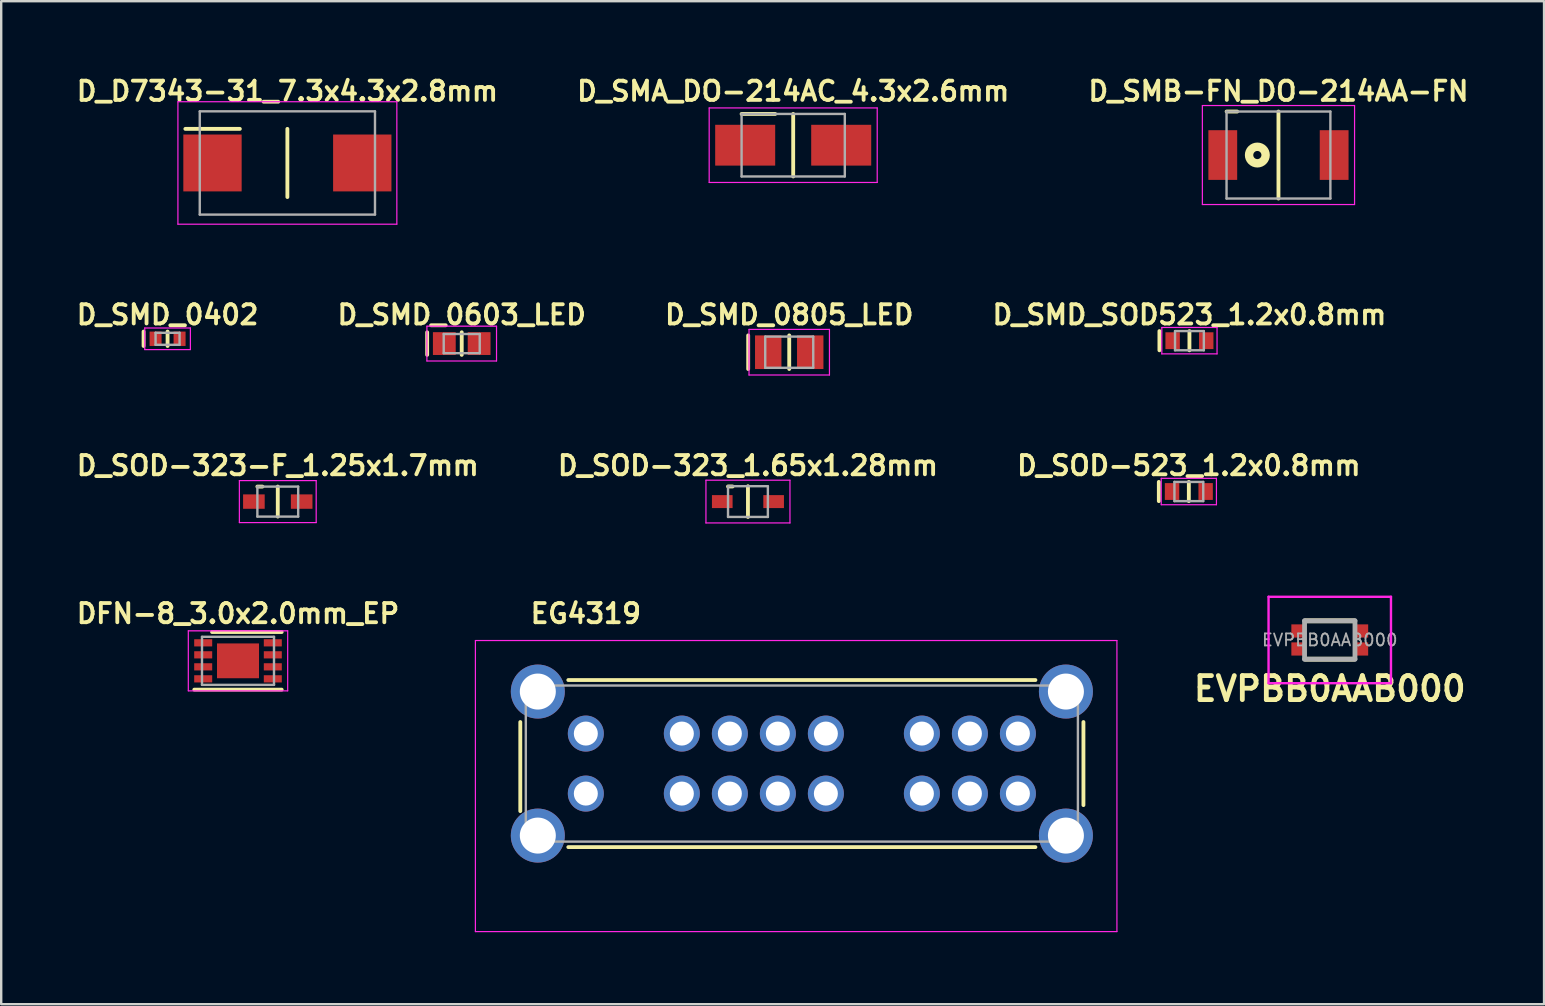
<source format=kicad_pcb>
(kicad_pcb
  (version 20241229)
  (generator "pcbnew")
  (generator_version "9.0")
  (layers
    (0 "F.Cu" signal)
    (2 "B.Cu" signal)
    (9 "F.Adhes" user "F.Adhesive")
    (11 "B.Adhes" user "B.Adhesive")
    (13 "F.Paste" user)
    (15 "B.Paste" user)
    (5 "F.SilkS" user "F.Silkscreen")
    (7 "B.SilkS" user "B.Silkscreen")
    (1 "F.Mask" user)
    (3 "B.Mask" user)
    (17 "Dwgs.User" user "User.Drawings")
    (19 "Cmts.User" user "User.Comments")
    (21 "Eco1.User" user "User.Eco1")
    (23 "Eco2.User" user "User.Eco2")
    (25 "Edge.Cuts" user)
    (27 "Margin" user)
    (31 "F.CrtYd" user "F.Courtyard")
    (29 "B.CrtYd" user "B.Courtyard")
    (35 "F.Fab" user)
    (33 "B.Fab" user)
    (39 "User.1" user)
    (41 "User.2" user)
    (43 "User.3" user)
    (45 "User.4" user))
  (footprint "D_SMD_0603_LED"
    (layer "F.Cu")
    (at 16.185 11.263)
    (property "Reference" "D_SMD_0603_LED" (at 0 -1.2 0) (layer "F.SilkS") (effects (font (size 0.8 0.8) (thickness 0.16))))
    (attr through_hole)
    (fp_line (start -1.44 -0.47) (end -1.44 0.47) (stroke (width 0.16) (type solid)) (layer "F.SilkS"))
    (fp_line (start 0 -0.47) (end 0 0.47) (stroke (width 0.16) (type solid)) (layer "F.SilkS"))
    (fp_line (start -1.45 -0.725) (end -1.45 0.725) (stroke (width 0.05) (type solid)) (layer "F.CrtYd"))
    (fp_line (start -1.45 -0.725) (end 1.45 -0.725) (stroke (width 0.05) (type solid)) (layer "F.CrtYd"))
    (fp_line (start 1.45 0.725) (end -1.45 0.725) (stroke (width 0.05) (type solid)) (layer "F.CrtYd"))
    (fp_line (start 1.45 0.725) (end 1.45 -0.725) (stroke (width 0.05) (type solid)) (layer "F.CrtYd"))
    (fp_line (start -0.75 -0.4) (end -0.75 0.4) (stroke (width 0.1) (type solid)) (layer "F.Fab"))
    (fp_line (start -0.75 0.4) (end 0.75 0.4) (stroke (width 0.1) (type solid)) (layer "F.Fab"))
    (fp_line (start 0.75 -0.4) (end -0.75 -0.4) (stroke (width 0.1) (type solid)) (layer "F.Fab"))
    (fp_line (start 0.75 0.4) (end 0.75 -0.4) (stroke (width 0.1) (type solid)) (layer "F.Fab"))
    (pad "1" smd rect (at -0.725 0) (size 0.95 0.95) (layers "F.Cu" "F.Mask" "F.Paste"))
    (pad "2" smd rect (at 0.725 0) (size 0.95 0.95) (layers "F.Cu" "F.Mask" "F.Paste")))
  (footprint "D_SMD_SOD523_1.2x0.8mm"
    (layer "F.Cu")
    (at 46.501 11.143)
    (property "Reference" "D_SMD_SOD523_1.2x0.8mm" (at 0 -1.08 0) (layer "F.SilkS") (effects (font (size 0.8 0.8) (thickness 0.16))))
    (attr through_hole)
    (fp_line (start -1.25 -0.4) (end -1.25 0.4) (stroke (width 0.16) (type solid)) (layer "F.SilkS"))
    (fp_line (start 0 -0.4) (end 0 0.4) (stroke (width 0.16) (type solid)) (layer "F.SilkS"))
    (fp_line (start -1.15 -0.55) (end 1.15 -0.55) (stroke (width 0.05) (type solid)) (layer "F.CrtYd"))
    (fp_line (start -1.15 0.55) (end -1.15 -0.55) (stroke (width 0.05) (type solid)) (layer "F.CrtYd"))
    (fp_line (start 1.15 -0.55) (end 1.15 0.55) (stroke (width 0.05) (type solid)) (layer "F.CrtYd"))
    (fp_line (start 1.15 0.55) (end -1.15 0.55) (stroke (width 0.05) (type solid)) (layer "F.CrtYd"))
    (fp_line (start -0.6 -0.4) (end 0.6 -0.4) (stroke (width 0.1) (type solid)) (layer "F.Fab"))
    (fp_line (start -0.6 0.4) (end -0.6 -0.4) (stroke (width 0.1) (type solid)) (layer "F.Fab"))
    (fp_line (start 0.6 -0.4) (end 0.6 0.4) (stroke (width 0.1) (type solid)) (layer "F.Fab"))
    (fp_line (start 0.6 0.4) (end -0.6 0.4) (stroke (width 0.1) (type solid)) (layer "F.Fab"))
    (pad "1" smd rect (at -0.7 0) (size 0.6 0.7) (layers "F.Cu" "F.Mask" "F.Paste"))
    (pad "2" smd rect (at 0.7 0) (size 0.6 0.7) (layers "F.Cu" "F.Mask" "F.Paste")))
  (footprint "DFN-8_3.0x2.0mm_EP"
    (layer "F.Cu")
    (at 6.865 24.48)
    (property "Reference" "DFN-8_3.0x2.0mm_EP" (at 0 -1.97 0) (layer "F.SilkS") (effects (font (size 0.8 0.8) (thickness 0.16))))
    (attr through_hole)
    (fp_line (start -1.08 -1.2) (end 1.82 -1.2) (stroke (width 0.16) (type solid)) (layer "F.SilkS"))
    (fp_line (start 1.82 1.2) (end -1.82 1.2) (stroke (width 0.16) (type solid)) (layer "F.SilkS"))
    (fp_line (start -2.07 -1.25) (end 2.07 -1.25) (stroke (width 0.05) (type solid)) (layer "F.CrtYd"))
    (fp_line (start -2.07 1.25) (end -2.07 -1.25) (stroke (width 0.05) (type solid)) (layer "F.CrtYd"))
    (fp_line (start 2.07 -1.25) (end 2.07 1.25) (stroke (width 0.05) (type solid)) (layer "F.CrtYd"))
    (fp_line (start 2.07 1.25) (end -2.07 1.25) (stroke (width 0.05) (type solid)) (layer "F.CrtYd"))
    (fp_line (start -1.5 -1) (end 1.5 -1) (stroke (width 0.1) (type solid)) (layer "F.Fab"))
    (fp_line (start -1.5 1) (end -1.5 -1) (stroke (width 0.1) (type solid)) (layer "F.Fab"))
    (fp_line (start 1.5 -1) (end 1.5 1) (stroke (width 0.1) (type solid)) (layer "F.Fab"))
    (fp_line (start 1.5 1) (end -1.5 1) (stroke (width 0.1) (type solid)) (layer "F.Fab"))
    (pad "1" smd rect (at -1.45 -0.75) (size 0.75 0.3) (layers "F.Cu" "F.Mask" "F.Paste"))
    (pad "2" smd rect (at -1.45 -0.25) (size 0.75 0.3) (layers "F.Cu" "F.Mask" "F.Paste"))
    (pad "3" smd rect (at -1.45 0.25) (size 0.75 0.3) (layers "F.Cu" "F.Mask" "F.Paste"))
    (pad "4" smd rect (at -1.45 0.75) (size 0.75 0.3) (layers "F.Cu" "F.Mask" "F.Paste"))
    (pad "5" smd rect (at 1.45 0.75) (size 0.75 0.3) (layers "F.Cu" "F.Mask" "F.Paste"))
    (pad "6" smd rect (at 1.45 0.25) (size 0.75 0.3) (layers "F.Cu" "F.Mask" "F.Paste"))
    (pad "7" smd rect (at 1.45 -0.25) (size 0.75 0.3) (layers "F.Cu" "F.Mask" "F.Paste"))
    (pad "8" smd rect (at 1.45 -0.75) (size 0.75 0.3) (layers "F.Cu" "F.Mask" "F.Paste"))
    (pad "9" smd rect (at 0 0) (size 1.75 1.45) (layers "F.Cu" "F.Mask" "F.Paste")))
  (footprint "D_SOD-523_1.2x0.8mm"
    (layer "F.Cu")
    (at 46.476 17.426)
    (property "Reference" "D_SOD-523_1.2x0.8mm" (at 0 -1.08 0) (layer "F.SilkS") (effects (font (size 0.8 0.8) (thickness 0.16))))
    (attr through_hole)
    (fp_line (start -1.25 -0.4) (end -1.25 0.4) (stroke (width 0.16) (type solid)) (layer "F.SilkS"))
    (fp_line (start 0 -0.4) (end 0 0.4) (stroke (width 0.16) (type solid)) (layer "F.SilkS"))
    (fp_line (start -1.15 -0.55) (end 1.15 -0.55) (stroke (width 0.05) (type solid)) (layer "F.CrtYd"))
    (fp_line (start -1.15 0.55) (end -1.15 -0.55) (stroke (width 0.05) (type solid)) (layer "F.CrtYd"))
    (fp_line (start 1.15 -0.55) (end 1.15 0.55) (stroke (width 0.05) (type solid)) (layer "F.CrtYd"))
    (fp_line (start 1.15 0.55) (end -1.15 0.55) (stroke (width 0.05) (type solid)) (layer "F.CrtYd"))
    (fp_line (start -0.6 -0.4) (end 0.6 -0.4) (stroke (width 0.1) (type solid)) (layer "F.Fab"))
    (fp_line (start -0.6 0.4) (end -0.6 -0.4) (stroke (width 0.1) (type solid)) (layer "F.Fab"))
    (fp_line (start 0.6 -0.4) (end 0.6 0.4) (stroke (width 0.1) (type solid)) (layer "F.Fab"))
    (fp_line (start 0.6 0.4) (end -0.6 0.4) (stroke (width 0.1) (type solid)) (layer "F.Fab"))
    (pad "1" smd rect (at -0.7 0) (size 0.6 0.7) (layers "F.Cu" "F.Mask" "F.Paste"))
    (pad "2" smd rect (at 0.7 0) (size 0.6 0.7) (layers "F.Cu" "F.Mask" "F.Paste")))
  (footprint "D_SOD-323_1.65x1.28mm"
    (layer "F.Cu")
    (at 28.109 17.846)
    (property "Reference" "D_SOD-323_1.65x1.28mm" (at 0 -1.5 0) (layer "F.SilkS") (effects (font (size 0.8 0.8) (thickness 0.16))))
    (attr through_hole)
    (fp_line (start -0.83 -0.63) (end -0.64 -0.63) (stroke (width 0.16) (type solid)) (layer "F.SilkS"))
    (fp_line (start 0 -0.64) (end 0 0.64) (stroke (width 0.16) (type solid)) (layer "F.SilkS"))
    (fp_line (start -1.75 -0.89) (end 1.75 -0.89) (stroke (width 0.05) (type solid)) (layer "F.CrtYd"))
    (fp_line (start -1.75 0.89) (end -1.75 -0.89) (stroke (width 0.05) (type solid)) (layer "F.CrtYd"))
    (fp_line (start 1.75 0.89) (end -1.75 0.89) (stroke (width 0.05) (type solid)) (layer "F.CrtYd"))
    (fp_line (start 1.75 0.89) (end 1.75 -0.89) (stroke (width 0.05) (type solid)) (layer "F.CrtYd"))
    (fp_line (start -0.83 -0.64) (end 0.83 -0.64) (stroke (width 0.1) (type solid)) (layer "F.Fab"))
    (fp_line (start -0.83 0.64) (end -0.83 -0.64) (stroke (width 0.1) (type solid)) (layer "F.Fab"))
    (fp_line (start 0.83 0.64) (end -0.83 0.64) (stroke (width 0.1) (type solid)) (layer "F.Fab"))
    (fp_line (start 0.83 0.64) (end 0.83 -0.64) (stroke (width 0.1) (type solid)) (layer "F.Fab"))
    (pad "1" smd rect (at -1.07 0) (size 0.86 0.54) (layers "F.Cu" "F.Mask" "F.Paste"))
    (pad "2" smd rect (at 1.07 0) (size 0.86 0.54) (layers "F.Cu" "F.Mask" "F.Paste")))
  (footprint "D_D7343-31_7.3x4.3x2.8mm"
    (layer "F.Cu")
    (at 8.922 3.739)
    (property "Reference" "D_D7343-31_7.3x4.3x2.8mm" (at 0 -2.99 0) (layer "F.SilkS") (effects (font (size 0.8 0.8) (thickness 0.16))))
    (attr through_hole)
    (fp_line (start -4.25 -1.42) (end -1.98 -1.42) (stroke (width 0.16) (type solid)) (layer "F.SilkS"))
    (fp_line (start 0 -1.42) (end 0 1.42) (stroke (width 0.16) (type solid)) (layer "F.SilkS"))
    (fp_line (start -4.56 -2.55) (end -4.56 2.55) (stroke (width 0.05) (type solid)) (layer "F.CrtYd"))
    (fp_line (start -4.56 -2.55) (end 4.56 -2.55) (stroke (width 0.05) (type solid)) (layer "F.CrtYd"))
    (fp_line (start 4.56 2.55) (end -4.56 2.55) (stroke (width 0.05) (type solid)) (layer "F.CrtYd"))
    (fp_line (start 4.56 2.55) (end 4.56 -2.55) (stroke (width 0.05) (type solid)) (layer "F.CrtYd"))
    (fp_line (start -3.65 -2.15) (end -3.65 2.15) (stroke (width 0.1) (type solid)) (layer "F.Fab"))
    (fp_line (start -3.65 -2.15) (end 3.65 -2.15) (stroke (width 0.1) (type solid)) (layer "F.Fab"))
    (fp_line (start 3.65 2.15) (end -3.65 2.15) (stroke (width 0.1) (type solid)) (layer "F.Fab"))
    (fp_line (start 3.65 2.15) (end 3.65 -2.15) (stroke (width 0.1) (type solid)) (layer "F.Fab"))
    (pad "1" smd rect (at -3.12 0 90) (size 2.37 2.43) (layers "F.Cu" "F.Mask" "F.Paste"))
    (pad "2" smd rect (at 3.12 0 90) (size 2.37 2.43) (layers "F.Cu" "F.Mask" "F.Paste")))
  (footprint "D_SMD_0805_LED"
    (layer "F.Cu")
    (at 29.829 11.623)
    (property "Reference" "D_SMD_0805_LED" (at 0 -1.56 0) (layer "F.SilkS") (effects (font (size 0.8 0.8) (thickness 0.16))))
    (attr through_hole)
    (fp_line (start -1.71 -0.7) (end -1.71 0.7) (stroke (width 0.16) (type solid)) (layer "F.SilkS"))
    (fp_line (start 0 -0.7) (end 0 0.7) (stroke (width 0.16) (type solid)) (layer "F.SilkS"))
    (fp_line (start -1.675 0.95) (end -1.675 -0.95) (stroke (width 0.05) (type solid)) (layer "F.CrtYd"))
    (fp_line (start -1.675 0.95) (end 1.675 0.95) (stroke (width 0.05) (type solid)) (layer "F.CrtYd"))
    (fp_line (start 1.675 -0.95) (end -1.675 -0.95) (stroke (width 0.05) (type solid)) (layer "F.CrtYd"))
    (fp_line (start 1.675 -0.95) (end 1.675 0.95) (stroke (width 0.05) (type solid)) (layer "F.CrtYd"))
    (fp_line (start -1 -0.65) (end -1 0.65) (stroke (width 0.1) (type solid)) (layer "F.Fab"))
    (fp_line (start -1 0.65) (end 1 0.65) (stroke (width 0.1) (type solid)) (layer "F.Fab"))
    (fp_line (start 1 -0.65) (end -1 -0.65) (stroke (width 0.1) (type solid)) (layer "F.Fab"))
    (fp_line (start 1 0.65) (end 1 -0.65) (stroke (width 0.1) (type solid)) (layer "F.Fab"))
    (pad "1" smd rect (at -0.875 0) (size 1.1 1.4) (layers "F.Cu" "F.Mask" "F.Paste"))
    (pad "2" smd rect (at 0.875 0) (size 1.1 1.4) (layers "F.Cu" "F.Mask" "F.Paste")))
  (footprint "D_SMB-FN_DO-214AA-FN"
    (layer "F.Cu")
    (at 50.21 3.409)
    (property "Reference" "D_SMB-FN_DO-214AA-FN" (at 0 -2.66 0) (layer "F.SilkS") (effects (font (size 0.8 0.8) (thickness 0.16))))
    (attr through_hole)
    (fp_line (start -2.16 -1.812) (end -1.72 -1.812) (stroke (width 0.16) (type solid)) (layer "F.SilkS"))
    (fp_line (start 0 -1.812) (end 0 1.812) (stroke (width 0.16) (type solid)) (layer "F.SilkS"))
    (fp_circle (center -0.88 0) (end -0.71 0) (stroke (width 0.35) (type solid)) (fill no) (layer "F.SilkS"))
    (fp_line (start -3.17 -2.062) (end -3.17 2.062) (stroke (width 0.05) (type solid)) (layer "F.CrtYd"))
    (fp_line (start -3.17 -2.062) (end 3.17 -2.062) (stroke (width 0.05) (type solid)) (layer "F.CrtYd"))
    (fp_line (start 3.17 2.062) (end -3.17 2.062) (stroke (width 0.05) (type solid)) (layer "F.CrtYd"))
    (fp_line (start 3.17 2.062) (end 3.17 -2.062) (stroke (width 0.05) (type solid)) (layer "F.CrtYd"))
    (fp_line (start -2.163 -1.812) (end -2.163 1.812) (stroke (width 0.1) (type solid)) (layer "F.Fab"))
    (fp_line (start -2.163 -1.812) (end 2.163 -1.812) (stroke (width 0.1) (type solid)) (layer "F.Fab"))
    (fp_line (start 2.163 1.812) (end -2.163 1.812) (stroke (width 0.1) (type solid)) (layer "F.Fab"))
    (fp_line (start 2.163 1.812) (end 2.163 -1.812) (stroke (width 0.1) (type solid)) (layer "F.Fab"))
    (pad "1" smd rect (at -2.32 0) (size 1.2 2.07) (layers "F.Cu" "F.Mask" "F.Paste"))
    (pad "2" smd rect (at 2.32 0) (size 1.2 2.07) (layers "F.Cu" "F.Mask" "F.Paste")))
  (footprint "D_SMD_0402"
    (layer "F.Cu")
    (at 3.931 11.063)
    (property "Reference" "D_SMD_0402" (at 0 -1 0) (layer "F.SilkS") (effects (font (size 0.8 0.8) (thickness 0.16))))
    (attr through_hole)
    (fp_line (start -1 -0.3) (end -1 0.3) (stroke (width 0.16) (type solid)) (layer "F.SilkS"))
    (fp_line (start 0 -0.3) (end 0 0.3) (stroke (width 0.16) (type solid)) (layer "F.SilkS"))
    (fp_line (start -0.95 -0.45) (end 0.95 -0.45) (stroke (width 0.05) (type solid)) (layer "F.CrtYd"))
    (fp_line (start -0.95 0.45) (end -0.95 -0.45) (stroke (width 0.05) (type solid)) (layer "F.CrtYd"))
    (fp_line (start -0.95 0.45) (end 0.95 0.45) (stroke (width 0.05) (type solid)) (layer "F.CrtYd"))
    (fp_line (start 0.95 0.45) (end 0.95 -0.45) (stroke (width 0.05) (type solid)) (layer "F.CrtYd"))
    (fp_line (start -0.5 -0.25) (end 0.5 -0.25) (stroke (width 0.1) (type solid)) (layer "F.Fab"))
    (fp_line (start -0.5 0.25) (end -0.5 -0.25) (stroke (width 0.1) (type solid)) (layer "F.Fab"))
    (fp_line (start -0.5 0.25) (end 0.5 0.25) (stroke (width 0.1) (type solid)) (layer "F.Fab"))
    (fp_line (start 0.5 0.25) (end 0.5 -0.25) (stroke (width 0.1) (type solid)) (layer "F.Fab"))
    (pad "1" smd rect (at -0.5 0) (size 0.5 0.6) (layers "F.Cu" "F.Mask" "F.Paste"))
    (pad "2" smd rect (at 0.5 0) (size 0.5 0.6) (layers "F.Cu" "F.Mask" "F.Paste")))
  (footprint "D_SOD-323-F_1.25x1.7mm"
    (layer "F.Cu")
    (at 8.522 17.846)
    (property "Reference" "D_SOD-323-F_1.25x1.7mm" (at 0 -1.5 0) (layer "F.SilkS") (effects (font (size 0.8 0.8) (thickness 0.16))))
    (attr through_hole)
    (fp_line (start -0.85 -0.625) (end -0.64 -0.625) (stroke (width 0.16) (type solid)) (layer "F.SilkS"))
    (fp_line (start 0 -0.625) (end 0 0.625) (stroke (width 0.16) (type solid)) (layer "F.SilkS"))
    (fp_line (start -1.6 -0.875) (end 1.6 -0.875) (stroke (width 0.05) (type solid)) (layer "F.CrtYd"))
    (fp_line (start -1.6 0.875) (end -1.6 -0.875) (stroke (width 0.05) (type solid)) (layer "F.CrtYd"))
    (fp_line (start 1.6 0.875) (end -1.6 0.875) (stroke (width 0.05) (type solid)) (layer "F.CrtYd"))
    (fp_line (start 1.6 0.875) (end 1.6 -0.875) (stroke (width 0.05) (type solid)) (layer "F.CrtYd"))
    (fp_line (start -0.85 -0.625) (end -0.85 0.625) (stroke (width 0.1) (type solid)) (layer "F.Fab"))
    (fp_line (start -0.85 -0.625) (end 0.85 -0.625) (stroke (width 0.1) (type solid)) (layer "F.Fab"))
    (fp_line (start 0.85 0.625) (end -0.85 0.625) (stroke (width 0.1) (type solid)) (layer "F.Fab"))
    (fp_line (start 0.85 0.625) (end 0.85 -0.625) (stroke (width 0.1) (type solid)) (layer "F.Fab"))
    (pad "1" smd rect (at -0.995 0) (size 0.9 0.6) (layers "F.Cu" "F.Mask" "F.Paste"))
    (pad "2" smd rect (at 0.995 0) (size 0.9 0.6) (layers "F.Cu" "F.Mask" "F.Paste")))
  (footprint "EG4319"
    (layer "F.Cu")
    (at 21.355 30.01)
    (property "Reference" "EG4319" (at 0 -7.5 0) (layer "F.SilkS") (effects (font (size 0.8 0.8) (thickness 0.16))))
    (attr through_hole)
    (fp_line (start -2.73 -2.98) (end -2.73 0.73) (stroke (width 0.16) (type solid)) (layer "F.SilkS"))
    (fp_line (start -0.73 -4.73) (end 18.73 -4.73) (stroke (width 0.16) (type solid)) (layer "F.SilkS"))
    (fp_line (start -0.73 2.23) (end 18.73 2.23) (stroke (width 0.16) (type solid)) (layer "F.SilkS"))
    (fp_line (start 20.73 -2.98) (end 20.73 0.48) (stroke (width 0.16) (type solid)) (layer "F.SilkS"))
    (fp_line (start -4.6 -6.375) (end 22.125 -6.375) (stroke (width 0.05) (type solid)) (layer "F.CrtYd"))
    (fp_line (start -4.6 5.75) (end -4.6 -6.375) (stroke (width 0.05) (type solid)) (layer "F.CrtYd"))
    (fp_line (start 22.125 -6.375) (end 22.125 5.75) (stroke (width 0.05) (type solid)) (layer "F.CrtYd"))
    (fp_line (start 22.125 5.75) (end -4.6 5.75) (stroke (width 0.05) (type solid)) (layer "F.CrtYd"))
    (fp_line (start -2.5 -4.5) (end 20.5 -4.5) (stroke (width 0.1) (type solid)) (layer "F.Fab"))
    (fp_line (start -2.5 2) (end -2.5 -4.5) (stroke (width 0.1) (type solid)) (layer "F.Fab"))
    (fp_line (start 20.5 -4.5) (end 20.5 2) (stroke (width 0.1) (type solid)) (layer "F.Fab"))
    (fp_line (start 20.5 2) (end -2.5 2) (stroke (width 0.1) (type solid)) (layer "F.Fab"))
    (pad "1" thru_hole circle (at 0 0) (size 1.5 1.5) (drill 1) (layers "*.Cu" "*.Mask"))
    (pad "2" thru_hole circle (at 4 0) (size 1.5 1.5) (drill 1) (layers "*.Cu" "*.Mask"))
    (pad "3" thru_hole circle (at 6 0) (size 1.5 1.5) (drill 1) (layers "*.Cu" "*.Mask"))
    (pad "4" thru_hole circle (at 8 0) (size 1.5 1.5) (drill 1) (layers "*.Cu" "*.Mask"))
    (pad "5" thru_hole circle (at 10 0) (size 1.5 1.5) (drill 1) (layers "*.Cu" "*.Mask"))
    (pad "6" thru_hole circle (at 14 0) (size 1.5 1.5) (drill 1) (layers "*.Cu" "*.Mask"))
    (pad "7" thru_hole circle (at 16 0) (size 1.5 1.5) (drill 1) (layers "*.Cu" "*.Mask"))
    (pad "8" thru_hole circle (at 18 0) (size 1.5 1.5) (drill 1) (layers "*.Cu" "*.Mask"))
    (pad "9" thru_hole circle (at 0 -2.5) (size 1.5 1.5) (drill 1) (layers "*.Cu" "*.Mask"))
    (pad "10" thru_hole circle (at 4 -2.5) (size 1.5 1.5) (drill 1) (layers "*.Cu" "*.Mask"))
    (pad "11" thru_hole circle (at 6 -2.5) (size 1.5 1.5) (drill 1) (layers "*.Cu" "*.Mask"))
    (pad "12" thru_hole circle (at 8 -2.5) (size 1.5 1.5) (drill 1) (layers "*.Cu" "*.Mask"))
    (pad "13" thru_hole circle (at 10 -2.5) (size 1.5 1.5) (drill 1) (layers "*.Cu" "*.Mask"))
    (pad "14" thru_hole circle (at 14 -2.5) (size 1.5 1.5) (drill 1) (layers "*.Cu" "*.Mask"))
    (pad "15" thru_hole circle (at 16 -2.5) (size 1.5 1.5) (drill 1) (layers "*.Cu" "*.Mask"))
    (pad "16" thru_hole circle (at 18 -2.5) (size 1.5 1.5) (drill 1) (layers "*.Cu" "*.Mask"))
    (pad "MP" thru_hole circle (at -2 -4.25) (size 2.25 2.25) (drill 1.5) (layers "*.Cu" "*.Mask"))
    (pad "MP" thru_hole circle (at -2 1.75) (size 2.25 2.25) (drill 1.5) (layers "*.Cu" "*.Mask"))
    (pad "MP" thru_hole circle (at 20 -4.25) (size 2.25 2.25) (drill 1.5) (layers "*.Cu" "*.Mask"))
    (pad "MP" thru_hole circle (at 20 1.75) (size 2.25 2.25) (drill 1.5) (layers "*.Cu" "*.Mask")))
  (footprint "EVPBB0AAB000"
    (layer "F.Cu")
    (at 52.347 23.611)
    (property "Reference" "EVPBB0AAB000" (at 0 2.032 0) (layer "F.SilkS") (effects (font (size 1 1) (thickness 0.2))))
    (attr smd)
    (fp_line (start -1 -0.8) (end 1 -0.8) (stroke (width 0.2) (type solid)) (layer "F.SilkS"))
    (fp_line (start -1 0.8) (end 1 0.8) (stroke (width 0.2) (type solid)) (layer "F.SilkS"))
    (fp_line (start -2.55 -1.8) (end 2.55 -1.8) (stroke (width 0.1) (type solid)) (layer "F.CrtYd"))
    (fp_line (start -2.55 1.8) (end -2.55 -1.8) (stroke (width 0.1) (type solid)) (layer "F.CrtYd"))
    (fp_line (start 2.55 -1.8) (end 2.55 1.8) (stroke (width 0.1) (type solid)) (layer "F.CrtYd"))
    (fp_line (start 2.55 1.8) (end -2.55 1.8) (stroke (width 0.1) (type solid)) (layer "F.CrtYd"))
    (fp_line (start -1.05 -0.8) (end 1.05 -0.8) (stroke (width 0.2) (type solid)) (layer "F.Fab"))
    (fp_line (start -1.05 0.8) (end -1.05 -0.8) (stroke (width 0.2) (type solid)) (layer "F.Fab"))
    (fp_line (start 1.05 -0.8) (end 1.05 0.8) (stroke (width 0.2) (type solid)) (layer "F.Fab"))
    (fp_line (start 1.05 0.8) (end -1.05 0.8) (stroke (width 0.2) (type solid)) (layer "F.Fab"))
    (fp_text user "${REFERENCE}" (at 0 0 0) (layer "F.Fab") (effects (font (size 0.5 0.5) (thickness 0.075))))
    (pad "1" smd rect (at -1.325 -0.375 90) (size 0.55 0.55) (layers "F.Cu" "F.Mask" "F.Paste"))
    (pad "2" smd rect (at 1.325 -0.375 90) (size 0.55 0.55) (layers "F.Cu" "F.Mask" "F.Paste"))
    (pad "3" smd rect (at -1.325 0.375 90) (size 0.55 0.55) (layers "F.Cu" "F.Mask" "F.Paste"))
    (pad "4" smd rect (at 1.325 0.375 90) (size 0.55 0.55) (layers "F.Cu" "F.Mask" "F.Paste")))
  (footprint "D_SMA_DO-214AC_4.3x2.6mm"
    (layer "F.Cu")
    (at 29.994 2.999)
    (property "Reference" "D_SMA_DO-214AC_4.3x2.6mm" (at 0 -2.25 0) (layer "F.SilkS") (effects (font (size 0.8 0.8) (thickness 0.16))))
    (attr through_hole)
    (fp_line (start -0.75 -1.302) (end -2.15 -1.302) (stroke (width 0.16) (type solid)) (layer "F.SilkS"))
    (fp_line (start 0 -1.302) (end 0 1.302) (stroke (width 0.16) (type solid)) (layer "F.SilkS"))
    (fp_line (start -3.5 -1.552) (end -3.5 1.552) (stroke (width 0.05) (type solid)) (layer "F.CrtYd"))
    (fp_line (start -3.5 -1.552) (end 3.5 -1.552) (stroke (width 0.05) (type solid)) (layer "F.CrtYd"))
    (fp_line (start 3.5 -1.552) (end 3.5 1.552) (stroke (width 0.05) (type solid)) (layer "F.CrtYd"))
    (fp_line (start 3.5 1.552) (end -3.5 1.552) (stroke (width 0.05) (type solid)) (layer "F.CrtYd"))
    (fp_line (start -2.15 -1.302) (end -2.15 1.302) (stroke (width 0.1) (type solid)) (layer "F.Fab"))
    (fp_line (start -2.15 -1.302) (end 2.15 -1.302) (stroke (width 0.1) (type solid)) (layer "F.Fab"))
    (fp_line (start 2.15 1.302) (end -2.15 1.302) (stroke (width 0.1) (type solid)) (layer "F.Fab"))
    (fp_line (start 2.15 1.302) (end 2.15 -1.302) (stroke (width 0.1) (type solid)) (layer "F.Fab"))
    (pad "1" smd rect (at -2 0) (size 2.5 1.7) (layers "F.Cu" "F.Mask" "F.Paste"))
    (pad "2" smd rect (at 2 0) (size 2.5 1.7) (layers "F.Cu" "F.Mask" "F.Paste")))
  (gr_rect
    (start -3 -3)
    (end 61.274 38.785)
    (stroke (width 0.1) (type default))
    (fill no)
    (layer "Edge.Cuts")))
</source>
